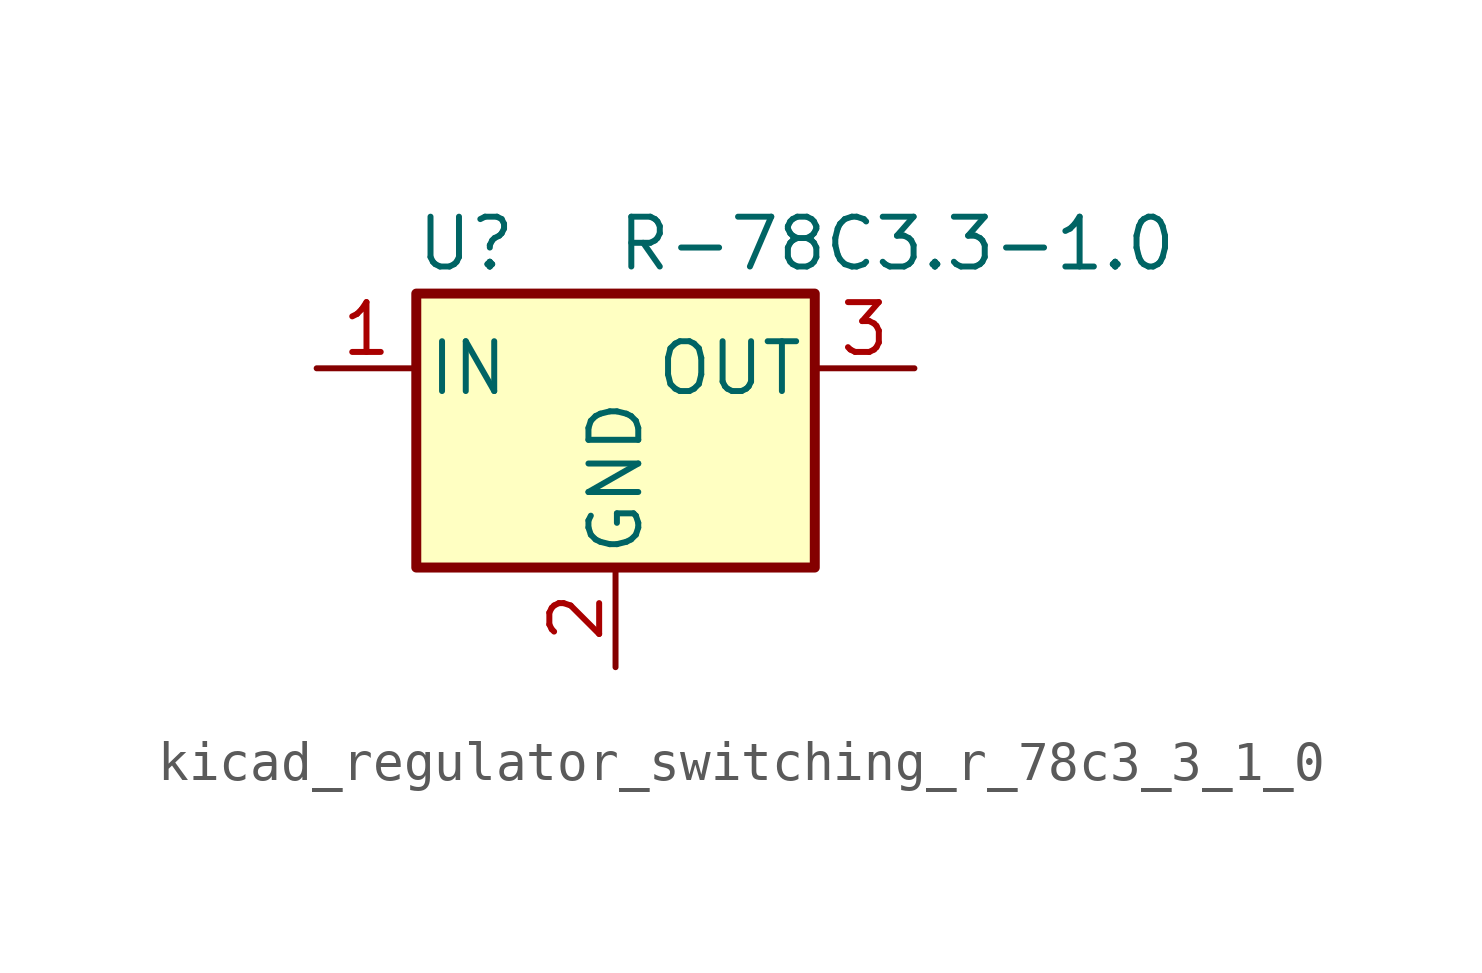
<source format=kicad_sym>
(kicad_symbol_lib
  (version 20220914)
  (generator kicad_symbol_editor)
  (symbol "kicad_regulator_switching_r_78c3_3_1_0"
    (pin_names
      (offset 0.254))
    (property "Reference" "U"
      (at -3.81 3.175 0)
      (effects (font (size 1.27 1.27))))
    (property "Value" "R-78C3.3-1.0"
      (at 0 3.175 0)
      (effects (font (size 1.27 1.27)) (justify left)))
    (symbol "kicad_regulator_switching_r_78c3_3_1_0_0_1"
      (rectangle (start -5.08 1.905) (end 5.08 -5.08) (stroke (width 0.254) (type default)) (fill (type background))))
    (symbol "kicad_regulator_switching_r_78c3_3_1_0_1_1"
      (pin power_in line (at -7.62 0 0) (length 2.54) (name "IN" (effects (font (size 1.27 1.27)))) (number "1" (effects (font (size 1.27 1.27)))))
      (pin power_in line (at 0 -7.62 90) (length 2.54) (name "GND" (effects (font (size 1.27 1.27)))) (number "2" (effects (font (size 1.27 1.27)))))
      (pin power_out line (at 7.62 0 180) (length 2.54) (name "OUT" (effects (font (size 1.27 1.27)))) (number "3" (effects (font (size 1.27 1.27))))))))
</source>
